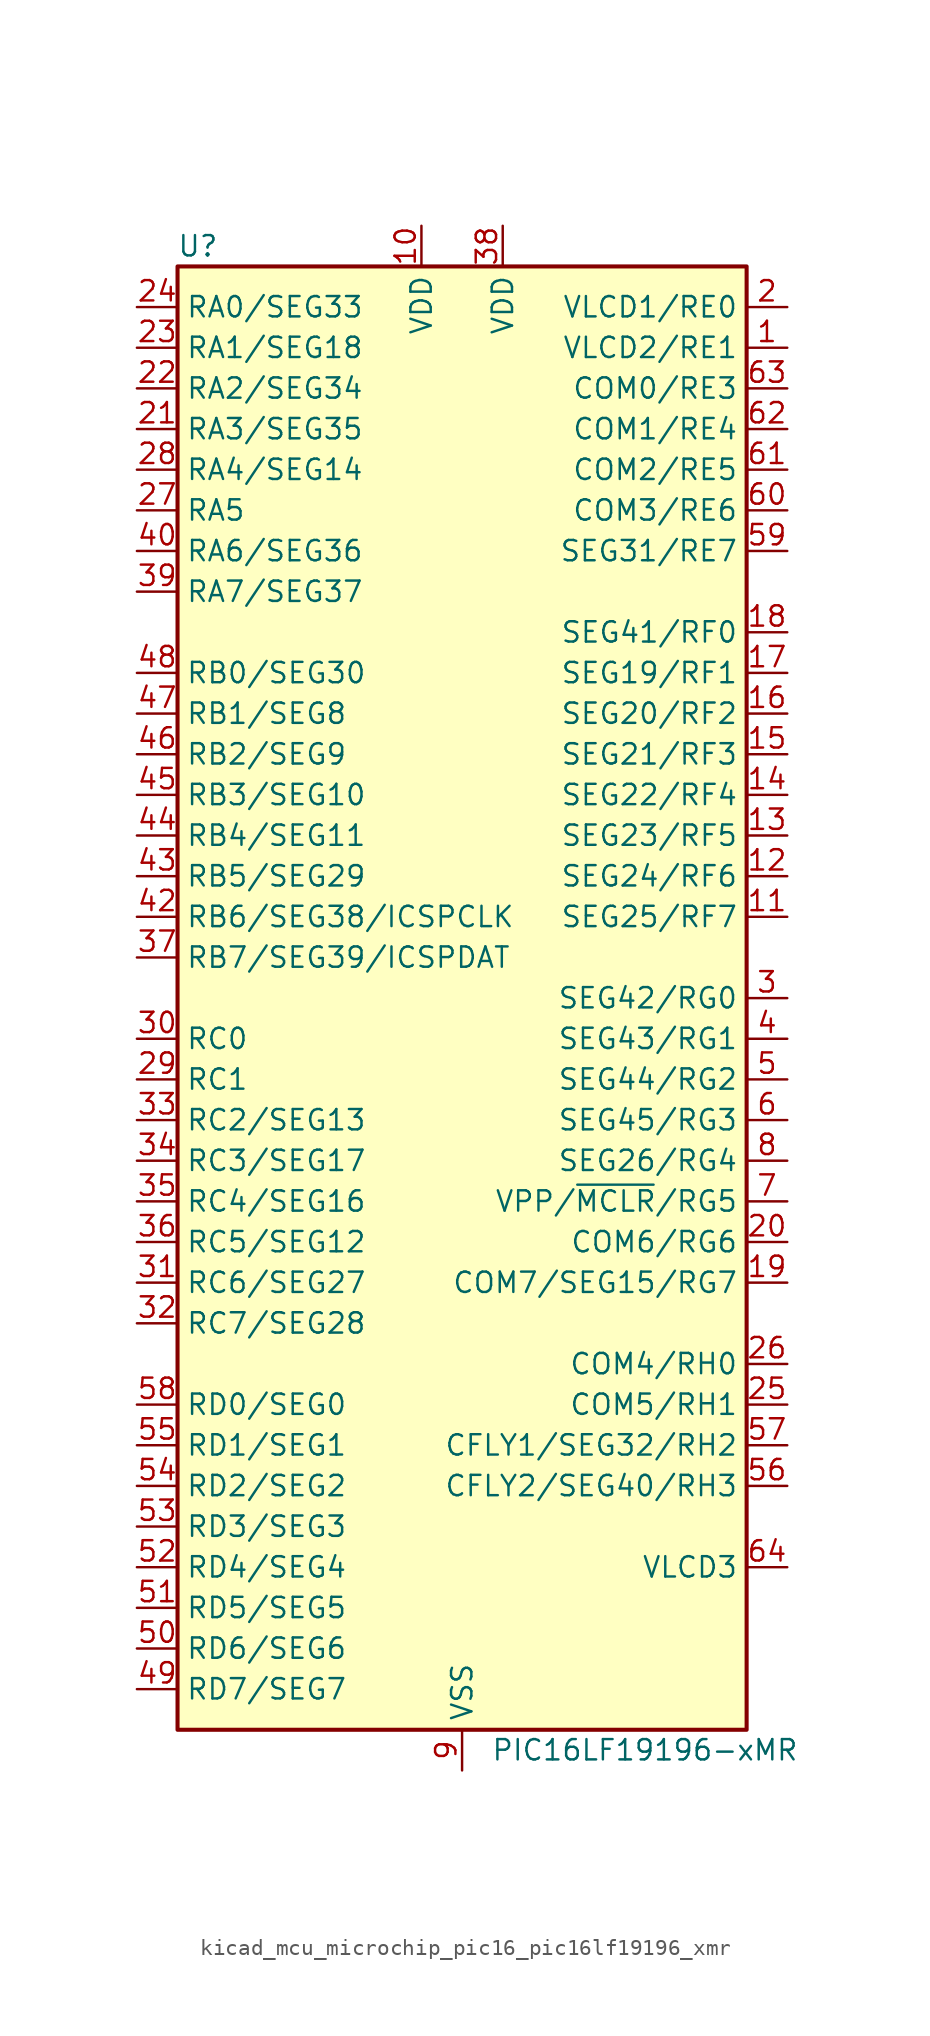
<source format=kicad_sym>
(kicad_symbol_lib
  (version 20220914)
  (generator kicad_symbol_editor)
  (symbol "kicad_mcu_microchip_pic16_pic16lf19196_xmr"
    (property "Reference" "U"
      (at -16.51 46.99 0)
      (effects (font (size 1.27 1.27))))
    (property "Value" "PIC16LF19196-xMR"
      (at 11.43 -46.99 0)
      (effects (font (size 1.27 1.27))))
    (symbol "kicad_mcu_microchip_pic16_pic16lf19196_xmr_0_1"
      (rectangle (start -17.78 45.72) (end 17.78 -45.72) (stroke (width 0.254) (type default)) (fill (type background))))
    (symbol "kicad_mcu_microchip_pic16_pic16lf19196_xmr_1_1"
      (pin bidirectional line (at 20.32 40.64 180) (length 2.54) (name "VLCD2/RE1" (effects (font (size 1.27 1.27)))) (number "1" (effects (font (size 1.27 1.27)))))
      (pin power_in line (at -2.54 48.26 270) (length 2.54) (name "VDD" (effects (font (size 1.27 1.27)))) (number "10" (effects (font (size 1.27 1.27)))))
      (pin bidirectional line (at 20.32 5.08 180) (length 2.54) (name "SEG25/RF7" (effects (font (size 1.27 1.27)))) (number "11" (effects (font (size 1.27 1.27)))))
      (pin bidirectional line (at 20.32 7.62 180) (length 2.54) (name "SEG24/RF6" (effects (font (size 1.27 1.27)))) (number "12" (effects (font (size 1.27 1.27)))))
      (pin bidirectional line (at 20.32 10.16 180) (length 2.54) (name "SEG23/RF5" (effects (font (size 1.27 1.27)))) (number "13" (effects (font (size 1.27 1.27)))))
      (pin bidirectional line (at 20.32 12.7 180) (length 2.54) (name "SEG22/RF4" (effects (font (size 1.27 1.27)))) (number "14" (effects (font (size 1.27 1.27)))))
      (pin bidirectional line (at 20.32 15.24 180) (length 2.54) (name "SEG21/RF3" (effects (font (size 1.27 1.27)))) (number "15" (effects (font (size 1.27 1.27)))))
      (pin bidirectional line (at 20.32 17.78 180) (length 2.54) (name "SEG20/RF2" (effects (font (size 1.27 1.27)))) (number "16" (effects (font (size 1.27 1.27)))))
      (pin bidirectional line (at 20.32 20.32 180) (length 2.54) (name "SEG19/RF1" (effects (font (size 1.27 1.27)))) (number "17" (effects (font (size 1.27 1.27)))))
      (pin bidirectional line (at 20.32 22.86 180) (length 2.54) (name "SEG41/RF0" (effects (font (size 1.27 1.27)))) (number "18" (effects (font (size 1.27 1.27)))))
      (pin bidirectional line (at 20.32 -17.78 180) (length 2.54) (name "COM7/SEG15/RG7" (effects (font (size 1.27 1.27)))) (number "19" (effects (font (size 1.27 1.27)))))
      (pin bidirectional line (at 20.32 43.18 180) (length 2.54) (name "VLCD1/RE0" (effects (font (size 1.27 1.27)))) (number "2" (effects (font (size 1.27 1.27)))))
      (pin bidirectional line (at 20.32 -15.24 180) (length 2.54) (name "COM6/RG6" (effects (font (size 1.27 1.27)))) (number "20" (effects (font (size 1.27 1.27)))))
      (pin bidirectional line (at -20.32 35.56 0) (length 2.54) (name "RA3/SEG35" (effects (font (size 1.27 1.27)))) (number "21" (effects (font (size 1.27 1.27)))))
      (pin bidirectional line (at -20.32 38.1 0) (length 2.54) (name "RA2/SEG34" (effects (font (size 1.27 1.27)))) (number "22" (effects (font (size 1.27 1.27)))))
      (pin bidirectional line (at -20.32 40.64 0) (length 2.54) (name "RA1/SEG18" (effects (font (size 1.27 1.27)))) (number "23" (effects (font (size 1.27 1.27)))))
      (pin bidirectional line (at -20.32 43.18 0) (length 2.54) (name "RA0/SEG33" (effects (font (size 1.27 1.27)))) (number "24" (effects (font (size 1.27 1.27)))))
      (pin bidirectional line (at 20.32 -25.4 180) (length 2.54) (name "COM5/RH1" (effects (font (size 1.27 1.27)))) (number "25" (effects (font (size 1.27 1.27)))))
      (pin bidirectional line (at 20.32 -22.86 180) (length 2.54) (name "COM4/RH0" (effects (font (size 1.27 1.27)))) (number "26" (effects (font (size 1.27 1.27)))))
      (pin bidirectional line (at -20.32 30.48 0) (length 2.54) (name "RA5" (effects (font (size 1.27 1.27)))) (number "27" (effects (font (size 1.27 1.27)))))
      (pin bidirectional line (at -20.32 33.02 0) (length 2.54) (name "RA4/SEG14" (effects (font (size 1.27 1.27)))) (number "28" (effects (font (size 1.27 1.27)))))
      (pin bidirectional line (at -20.32 -5.08 0) (length 2.54) (name "RC1" (effects (font (size 1.27 1.27)))) (number "29" (effects (font (size 1.27 1.27)))))
      (pin bidirectional line (at 20.32 0 180) (length 2.54) (name "SEG42/RG0" (effects (font (size 1.27 1.27)))) (number "3" (effects (font (size 1.27 1.27)))))
      (pin bidirectional line (at -20.32 -2.54 0) (length 2.54) (name "RC0" (effects (font (size 1.27 1.27)))) (number "30" (effects (font (size 1.27 1.27)))))
      (pin bidirectional line (at -20.32 -17.78 0) (length 2.54) (name "RC6/SEG27" (effects (font (size 1.27 1.27)))) (number "31" (effects (font (size 1.27 1.27)))))
      (pin bidirectional line (at -20.32 -20.32 0) (length 2.54) (name "RC7/SEG28" (effects (font (size 1.27 1.27)))) (number "32" (effects (font (size 1.27 1.27)))))
      (pin bidirectional line (at -20.32 -7.62 0) (length 2.54) (name "RC2/SEG13" (effects (font (size 1.27 1.27)))) (number "33" (effects (font (size 1.27 1.27)))))
      (pin bidirectional line (at -20.32 -10.16 0) (length 2.54) (name "RC3/SEG17" (effects (font (size 1.27 1.27)))) (number "34" (effects (font (size 1.27 1.27)))))
      (pin bidirectional line (at -20.32 -12.7 0) (length 2.54) (name "RC4/SEG16" (effects (font (size 1.27 1.27)))) (number "35" (effects (font (size 1.27 1.27)))))
      (pin bidirectional line (at -20.32 -15.24 0) (length 2.54) (name "RC5/SEG12" (effects (font (size 1.27 1.27)))) (number "36" (effects (font (size 1.27 1.27)))))
      (pin bidirectional line (at -20.32 2.54 0) (length 2.54) (name "RB7/SEG39/ICSPDAT" (effects (font (size 1.27 1.27)))) (number "37" (effects (font (size 1.27 1.27)))))
      (pin power_in line (at 2.54 48.26 270) (length 2.54) (name "VDD" (effects (font (size 1.27 1.27)))) (number "38" (effects (font (size 1.27 1.27)))))
      (pin bidirectional line (at -20.32 25.4 0) (length 2.54) (name "RA7/SEG37" (effects (font (size 1.27 1.27)))) (number "39" (effects (font (size 1.27 1.27)))))
      (pin bidirectional line (at 20.32 -2.54 180) (length 2.54) (name "SEG43/RG1" (effects (font (size 1.27 1.27)))) (number "4" (effects (font (size 1.27 1.27)))))
      (pin bidirectional line (at -20.32 27.94 0) (length 2.54) (name "RA6/SEG36" (effects (font (size 1.27 1.27)))) (number "40" (effects (font (size 1.27 1.27)))))
      (pin passive line (at 0 -48.26 90) (length 2.54) hide (name "VSS" (effects (font (size 1.27 1.27)))) (number "41" (effects (font (size 1.27 1.27)))))
      (pin bidirectional line (at -20.32 5.08 0) (length 2.54) (name "RB6/SEG38/ICSPCLK" (effects (font (size 1.27 1.27)))) (number "42" (effects (font (size 1.27 1.27)))))
      (pin bidirectional line (at -20.32 7.62 0) (length 2.54) (name "RB5/SEG29" (effects (font (size 1.27 1.27)))) (number "43" (effects (font (size 1.27 1.27)))))
      (pin bidirectional line (at -20.32 10.16 0) (length 2.54) (name "RB4/SEG11" (effects (font (size 1.27 1.27)))) (number "44" (effects (font (size 1.27 1.27)))))
      (pin bidirectional line (at -20.32 12.7 0) (length 2.54) (name "RB3/SEG10" (effects (font (size 1.27 1.27)))) (number "45" (effects (font (size 1.27 1.27)))))
      (pin bidirectional line (at -20.32 15.24 0) (length 2.54) (name "RB2/SEG9" (effects (font (size 1.27 1.27)))) (number "46" (effects (font (size 1.27 1.27)))))
      (pin bidirectional line (at -20.32 17.78 0) (length 2.54) (name "RB1/SEG8" (effects (font (size 1.27 1.27)))) (number "47" (effects (font (size 1.27 1.27)))))
      (pin bidirectional line (at -20.32 20.32 0) (length 2.54) (name "RB0/SEG30" (effects (font (size 1.27 1.27)))) (number "48" (effects (font (size 1.27 1.27)))))
      (pin bidirectional line (at -20.32 -43.18 0) (length 2.54) (name "RD7/SEG7" (effects (font (size 1.27 1.27)))) (number "49" (effects (font (size 1.27 1.27)))))
      (pin bidirectional line (at 20.32 -5.08 180) (length 2.54) (name "SEG44/RG2" (effects (font (size 1.27 1.27)))) (number "5" (effects (font (size 1.27 1.27)))))
      (pin bidirectional line (at -20.32 -40.64 0) (length 2.54) (name "RD6/SEG6" (effects (font (size 1.27 1.27)))) (number "50" (effects (font (size 1.27 1.27)))))
      (pin bidirectional line (at -20.32 -38.1 0) (length 2.54) (name "RD5/SEG5" (effects (font (size 1.27 1.27)))) (number "51" (effects (font (size 1.27 1.27)))))
      (pin bidirectional line (at -20.32 -35.56 0) (length 2.54) (name "RD4/SEG4" (effects (font (size 1.27 1.27)))) (number "52" (effects (font (size 1.27 1.27)))))
      (pin bidirectional line (at -20.32 -33.02 0) (length 2.54) (name "RD3/SEG3" (effects (font (size 1.27 1.27)))) (number "53" (effects (font (size 1.27 1.27)))))
      (pin bidirectional line (at -20.32 -30.48 0) (length 2.54) (name "RD2/SEG2" (effects (font (size 1.27 1.27)))) (number "54" (effects (font (size 1.27 1.27)))))
      (pin bidirectional line (at -20.32 -27.94 0) (length 2.54) (name "RD1/SEG1" (effects (font (size 1.27 1.27)))) (number "55" (effects (font (size 1.27 1.27)))))
      (pin bidirectional line (at 20.32 -30.48 180) (length 2.54) (name "CFLY2/SEG40/RH3" (effects (font (size 1.27 1.27)))) (number "56" (effects (font (size 1.27 1.27)))))
      (pin bidirectional line (at 20.32 -27.94 180) (length 2.54) (name "CFLY1/SEG32/RH2" (effects (font (size 1.27 1.27)))) (number "57" (effects (font (size 1.27 1.27)))))
      (pin bidirectional line (at -20.32 -25.4 0) (length 2.54) (name "RD0/SEG0" (effects (font (size 1.27 1.27)))) (number "58" (effects (font (size 1.27 1.27)))))
      (pin bidirectional line (at 20.32 27.94 180) (length 2.54) (name "SEG31/RE7" (effects (font (size 1.27 1.27)))) (number "59" (effects (font (size 1.27 1.27)))))
      (pin bidirectional line (at 20.32 -7.62 180) (length 2.54) (name "SEG45/RG3" (effects (font (size 1.27 1.27)))) (number "6" (effects (font (size 1.27 1.27)))))
      (pin bidirectional line (at 20.32 30.48 180) (length 2.54) (name "COM3/RE6" (effects (font (size 1.27 1.27)))) (number "60" (effects (font (size 1.27 1.27)))))
      (pin bidirectional line (at 20.32 33.02 180) (length 2.54) (name "COM2/RE5" (effects (font (size 1.27 1.27)))) (number "61" (effects (font (size 1.27 1.27)))))
      (pin bidirectional line (at 20.32 35.56 180) (length 2.54) (name "COM1/RE4" (effects (font (size 1.27 1.27)))) (number "62" (effects (font (size 1.27 1.27)))))
      (pin bidirectional line (at 20.32 38.1 180) (length 2.54) (name "COM0/RE3" (effects (font (size 1.27 1.27)))) (number "63" (effects (font (size 1.27 1.27)))))
      (pin input line (at 20.32 -35.56 180) (length 2.54) (name "VLCD3" (effects (font (size 1.27 1.27)))) (number "64" (effects (font (size 1.27 1.27)))))
      (pin passive line (at 0 -48.26 90) (length 2.54) hide (name "VSS" (effects (font (size 1.27 1.27)))) (number "65" (effects (font (size 1.27 1.27)))))
      (pin bidirectional line (at 20.32 -12.7 180) (length 2.54) (name "VPP/~{MCLR}/RG5" (effects (font (size 1.27 1.27)))) (number "7" (effects (font (size 1.27 1.27)))))
      (pin bidirectional line (at 20.32 -10.16 180) (length 2.54) (name "SEG26/RG4" (effects (font (size 1.27 1.27)))) (number "8" (effects (font (size 1.27 1.27)))))
      (pin power_in line (at 0 -48.26 90) (length 2.54) (name "VSS" (effects (font (size 1.27 1.27)))) (number "9" (effects (font (size 1.27 1.27))))))))
</source>
